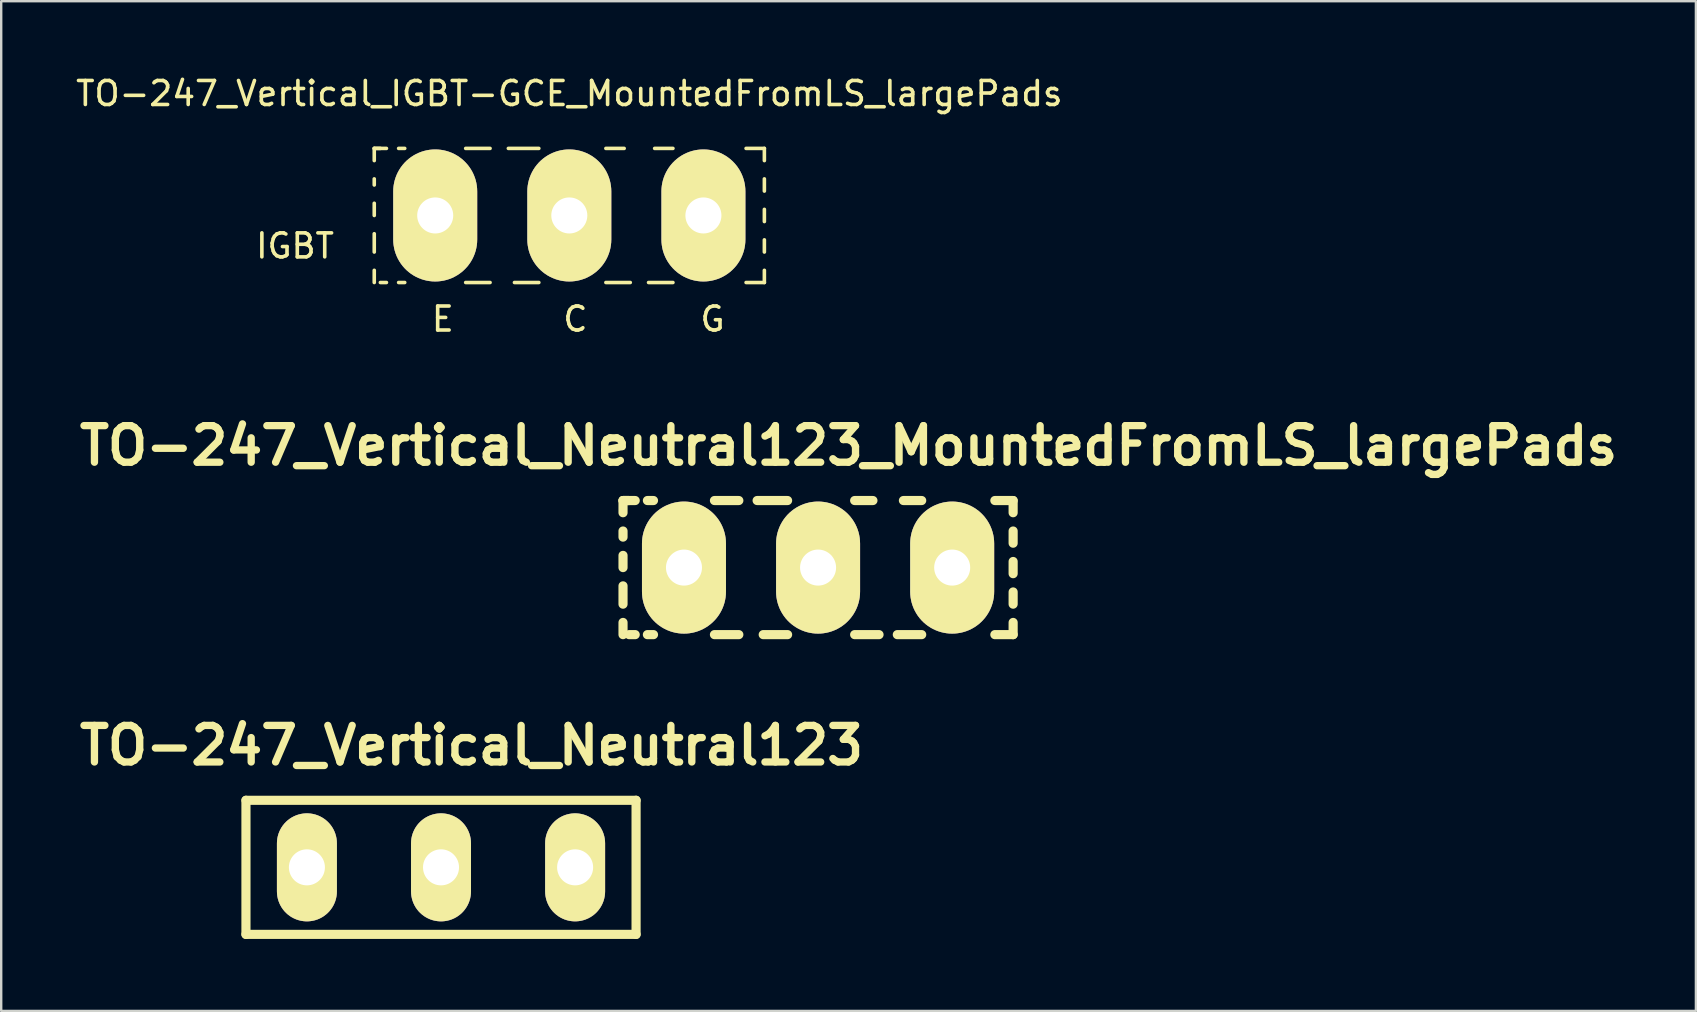
<source format=kicad_pcb>
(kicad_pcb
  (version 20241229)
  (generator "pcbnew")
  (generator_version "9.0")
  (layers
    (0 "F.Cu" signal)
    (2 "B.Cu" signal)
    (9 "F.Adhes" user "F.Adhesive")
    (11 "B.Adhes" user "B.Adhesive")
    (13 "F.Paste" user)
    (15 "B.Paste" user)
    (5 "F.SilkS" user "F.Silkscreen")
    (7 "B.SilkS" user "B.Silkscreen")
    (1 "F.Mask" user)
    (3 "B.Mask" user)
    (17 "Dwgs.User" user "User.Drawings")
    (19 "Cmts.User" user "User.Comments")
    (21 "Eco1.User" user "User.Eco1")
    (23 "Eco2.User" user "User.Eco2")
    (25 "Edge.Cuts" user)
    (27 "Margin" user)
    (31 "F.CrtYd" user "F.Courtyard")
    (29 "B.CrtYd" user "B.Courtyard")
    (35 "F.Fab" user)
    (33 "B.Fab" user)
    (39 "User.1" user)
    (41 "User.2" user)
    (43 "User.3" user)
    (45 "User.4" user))
  (footprint "TO-247_Vertical_Neutral123_MountedFromLS_largePads"
    (layer "F.Cu")
    (at 31.039 20.601)
    (property "Reference" "TO-247_Vertical_Neutral123_MountedFromLS_largePads" (at 1.27 -5.08 0) (layer "F.SilkS") (effects (font (size 1.524 1.524) (thickness 0.305))))
    (attr through_hole)
    (fp_line (start -8.128 -2.794) (end -8.128 -2.286) (stroke (width 0.381) (type solid)) (layer "F.SilkS"))
    (fp_line (start -8.128 -2.794) (end -7.874 -2.794) (stroke (width 0.381) (type solid)) (layer "F.SilkS"))
    (fp_line (start -8.128 -1.27) (end -8.128 -1.524) (stroke (width 0.381) (type solid)) (layer "F.SilkS"))
    (fp_line (start -8.128 0) (end -8.128 -0.508) (stroke (width 0.381) (type solid)) (layer "F.SilkS"))
    (fp_line (start -8.128 1.524) (end -8.128 0.762) (stroke (width 0.381) (type solid)) (layer "F.SilkS"))
    (fp_line (start -8.128 2.794) (end -8.128 2.286) (stroke (width 0.381) (type solid)) (layer "F.SilkS"))
    (fp_line (start -7.874 2.794) (end -7.62 2.794) (stroke (width 0.381) (type solid)) (layer "F.SilkS"))
    (fp_line (start -7.62 -2.794) (end -8.128 -2.794) (stroke (width 0.381) (type solid)) (layer "F.SilkS"))
    (fp_line (start -7.112 2.794) (end -6.858 2.794) (stroke (width 0.381) (type solid)) (layer "F.SilkS"))
    (fp_line (start -6.858 -2.794) (end -7.112 -2.794) (stroke (width 0.381) (type solid)) (layer "F.SilkS"))
    (fp_line (start -4.318 -2.794) (end -3.302 -2.794) (stroke (width 0.381) (type solid)) (layer "F.SilkS"))
    (fp_line (start -4.318 2.794) (end -3.302 2.794) (stroke (width 0.381) (type solid)) (layer "F.SilkS"))
    (fp_line (start -2.54 -2.794) (end -1.27 -2.794) (stroke (width 0.381) (type solid)) (layer "F.SilkS"))
    (fp_line (start -2.286 2.794) (end -1.27 2.794) (stroke (width 0.381) (type solid)) (layer "F.SilkS"))
    (fp_line (start 1.524 -2.794) (end 2.286 -2.794) (stroke (width 0.381) (type solid)) (layer "F.SilkS"))
    (fp_line (start 2.54 2.794) (end 1.524 2.794) (stroke (width 0.381) (type solid)) (layer "F.SilkS"))
    (fp_line (start 3.302 2.794) (end 4.318 2.794) (stroke (width 0.381) (type solid)) (layer "F.SilkS"))
    (fp_line (start 3.556 -2.794) (end 4.318 -2.794) (stroke (width 0.381) (type solid)) (layer "F.SilkS"))
    (fp_line (start 7.366 2.794) (end 8.128 2.794) (stroke (width 0.381) (type solid)) (layer "F.SilkS"))
    (fp_line (start 8.128 -2.794) (end 7.366 -2.794) (stroke (width 0.381) (type solid)) (layer "F.SilkS"))
    (fp_line (start 8.128 -2.794) (end 8.128 -2.286) (stroke (width 0.381) (type solid)) (layer "F.SilkS"))
    (fp_line (start 8.128 -1.524) (end 8.128 -1.016) (stroke (width 0.381) (type solid)) (layer "F.SilkS"))
    (fp_line (start 8.128 -0.254) (end 8.128 0.254) (stroke (width 0.381) (type solid)) (layer "F.SilkS"))
    (fp_line (start 8.128 1.016) (end 8.128 1.524) (stroke (width 0.381) (type solid)) (layer "F.SilkS"))
    (fp_line (start 8.128 2.794) (end 8.128 2.286) (stroke (width 0.381) (type solid)) (layer "F.SilkS"))
    (pad "1" thru_hole oval (at 5.588 0 90) (size 5.502 3.5) (drill 1.501) (layers "*.Cu" "*.Mask" "F.SilkS"))
    (pad "2" thru_hole oval (at 0 0 90) (size 5.502 3.5) (drill 1.501) (layers "*.Cu" "*.Mask" "F.SilkS"))
    (pad "3" thru_hole oval (at -5.588 0 90) (size 5.502 3.5) (drill 1.501) (layers "*.Cu" "*.Mask" "F.SilkS")))
  (footprint "TO-247_Vertical_Neutral123"
    (layer "F.Cu")
    (at 15.327 33.092)
    (property "Reference" "TO-247_Vertical_Neutral123" (at 1.27 -5.08 0) (layer "F.SilkS") (effects (font (size 1.524 1.524) (thickness 0.305))))
    (attr through_hole)
    (fp_line (start -8.128 -2.794) (end -8.128 2.794) (stroke (width 0.381) (type solid)) (layer "F.SilkS"))
    (fp_line (start -8.128 2.794) (end 8.128 2.794) (stroke (width 0.381) (type solid)) (layer "F.SilkS"))
    (fp_line (start 8.128 -2.794) (end -8.128 -2.794) (stroke (width 0.381) (type solid)) (layer "F.SilkS"))
    (fp_line (start 8.128 2.794) (end 8.128 -2.794) (stroke (width 0.381) (type solid)) (layer "F.SilkS"))
    (pad "1" thru_hole oval (at -5.588 0 90) (size 4.501 2.499) (drill 1.501) (layers "*.Cu" "*.Mask" "F.SilkS"))
    (pad "2" thru_hole oval (at 0 0 90) (size 4.501 2.499) (drill 1.501) (layers "*.Cu" "*.Mask" "F.SilkS"))
    (pad "3" thru_hole oval (at 5.588 0 90) (size 4.501 2.499) (drill 1.501) (layers "*.Cu" "*.Mask" "F.SilkS")))
  (footprint "TO-247_Vertical_IGBT-GCE_MountedFromLS_largePads"
    (layer "F.Cu")
    (at 20.673 5.928)
    (property "Reference" "TO-247_Vertical_IGBT-GCE_MountedFromLS_largePads" (at 0 -5.08 0) (layer "F.SilkS") (effects (font (size 1 1) (thickness 0.15))))
    (attr through_hole)
    (fp_line (start -8.128 -2.794) (end -8.128 -2.286) (stroke (width 0.15) (type solid)) (layer "F.SilkS"))
    (fp_line (start -8.128 -2.794) (end -7.874 -2.794) (stroke (width 0.15) (type solid)) (layer "F.SilkS"))
    (fp_line (start -8.128 -1.27) (end -8.128 -1.524) (stroke (width 0.15) (type solid)) (layer "F.SilkS"))
    (fp_line (start -8.128 0) (end -8.128 -0.508) (stroke (width 0.15) (type solid)) (layer "F.SilkS"))
    (fp_line (start -8.128 1.524) (end -8.128 0.762) (stroke (width 0.15) (type solid)) (layer "F.SilkS"))
    (fp_line (start -8.128 2.794) (end -8.128 2.286) (stroke (width 0.15) (type solid)) (layer "F.SilkS"))
    (fp_line (start -7.874 2.794) (end -7.62 2.794) (stroke (width 0.15) (type solid)) (layer "F.SilkS"))
    (fp_line (start -7.62 -2.794) (end -8.128 -2.794) (stroke (width 0.15) (type solid)) (layer "F.SilkS"))
    (fp_line (start -7.112 2.794) (end -6.858 2.794) (stroke (width 0.15) (type solid)) (layer "F.SilkS"))
    (fp_line (start -6.858 -2.794) (end -7.112 -2.794) (stroke (width 0.15) (type solid)) (layer "F.SilkS"))
    (fp_line (start -4.318 -2.794) (end -3.302 -2.794) (stroke (width 0.15) (type solid)) (layer "F.SilkS"))
    (fp_line (start -4.318 2.794) (end -3.302 2.794) (stroke (width 0.15) (type solid)) (layer "F.SilkS"))
    (fp_line (start -2.54 -2.794) (end -1.27 -2.794) (stroke (width 0.15) (type solid)) (layer "F.SilkS"))
    (fp_line (start -2.286 2.794) (end -1.27 2.794) (stroke (width 0.15) (type solid)) (layer "F.SilkS"))
    (fp_line (start 1.524 -2.794) (end 2.286 -2.794) (stroke (width 0.15) (type solid)) (layer "F.SilkS"))
    (fp_line (start 2.54 2.794) (end 1.524 2.794) (stroke (width 0.15) (type solid)) (layer "F.SilkS"))
    (fp_line (start 3.302 2.794) (end 4.318 2.794) (stroke (width 0.15) (type solid)) (layer "F.SilkS"))
    (fp_line (start 3.556 -2.794) (end 4.318 -2.794) (stroke (width 0.15) (type solid)) (layer "F.SilkS"))
    (fp_line (start 7.366 2.794) (end 8.128 2.794) (stroke (width 0.15) (type solid)) (layer "F.SilkS"))
    (fp_line (start 8.128 -2.794) (end 7.366 -2.794) (stroke (width 0.15) (type solid)) (layer "F.SilkS"))
    (fp_line (start 8.128 -2.794) (end 8.128 -2.286) (stroke (width 0.15) (type solid)) (layer "F.SilkS"))
    (fp_line (start 8.128 -1.524) (end 8.128 -1.016) (stroke (width 0.15) (type solid)) (layer "F.SilkS"))
    (fp_line (start 8.128 -0.254) (end 8.128 0.254) (stroke (width 0.15) (type solid)) (layer "F.SilkS"))
    (fp_line (start 8.128 1.016) (end 8.128 1.524) (stroke (width 0.15) (type solid)) (layer "F.SilkS"))
    (fp_line (start 8.128 2.794) (end 8.128 2.286) (stroke (width 0.15) (type solid)) (layer "F.SilkS"))
    (fp_text user "E" (at -5.271 4.318 0) (layer "F.SilkS") (effects (font (size 1 1) (thickness 0.15))))
    (fp_text user "C" (at 0.254 4.318 0) (layer "F.SilkS") (effects (font (size 1 1) (thickness 0.15))))
    (fp_text user "IGBT" (at -11.43 1.27 0) (layer "F.SilkS") (effects (font (size 1 1) (thickness 0.15))))
    (fp_text user "G" (at 5.969 4.318 0) (layer "F.SilkS") (effects (font (size 1 1) (thickness 0.15))))
    (pad "C" thru_hole oval (at 0 0 90) (size 5.502 3.5) (drill 1.501) (layers "*.Cu" "*.Mask" "F.SilkS"))
    (pad "E" thru_hole oval (at -5.588 0 90) (size 5.502 3.5) (drill 1.501) (layers "*.Cu" "*.Mask" "F.SilkS"))
    (pad "G" thru_hole oval (at 5.588 0 90) (size 5.502 3.5) (drill 1.501) (layers "*.Cu" "*.Mask" "F.SilkS")))
  (gr_rect
    (start -3 -3)
    (end 67.618 39.076)
    (stroke (width 0.1) (type default))
    (fill no)
    (layer "Edge.Cuts")))
</source>
